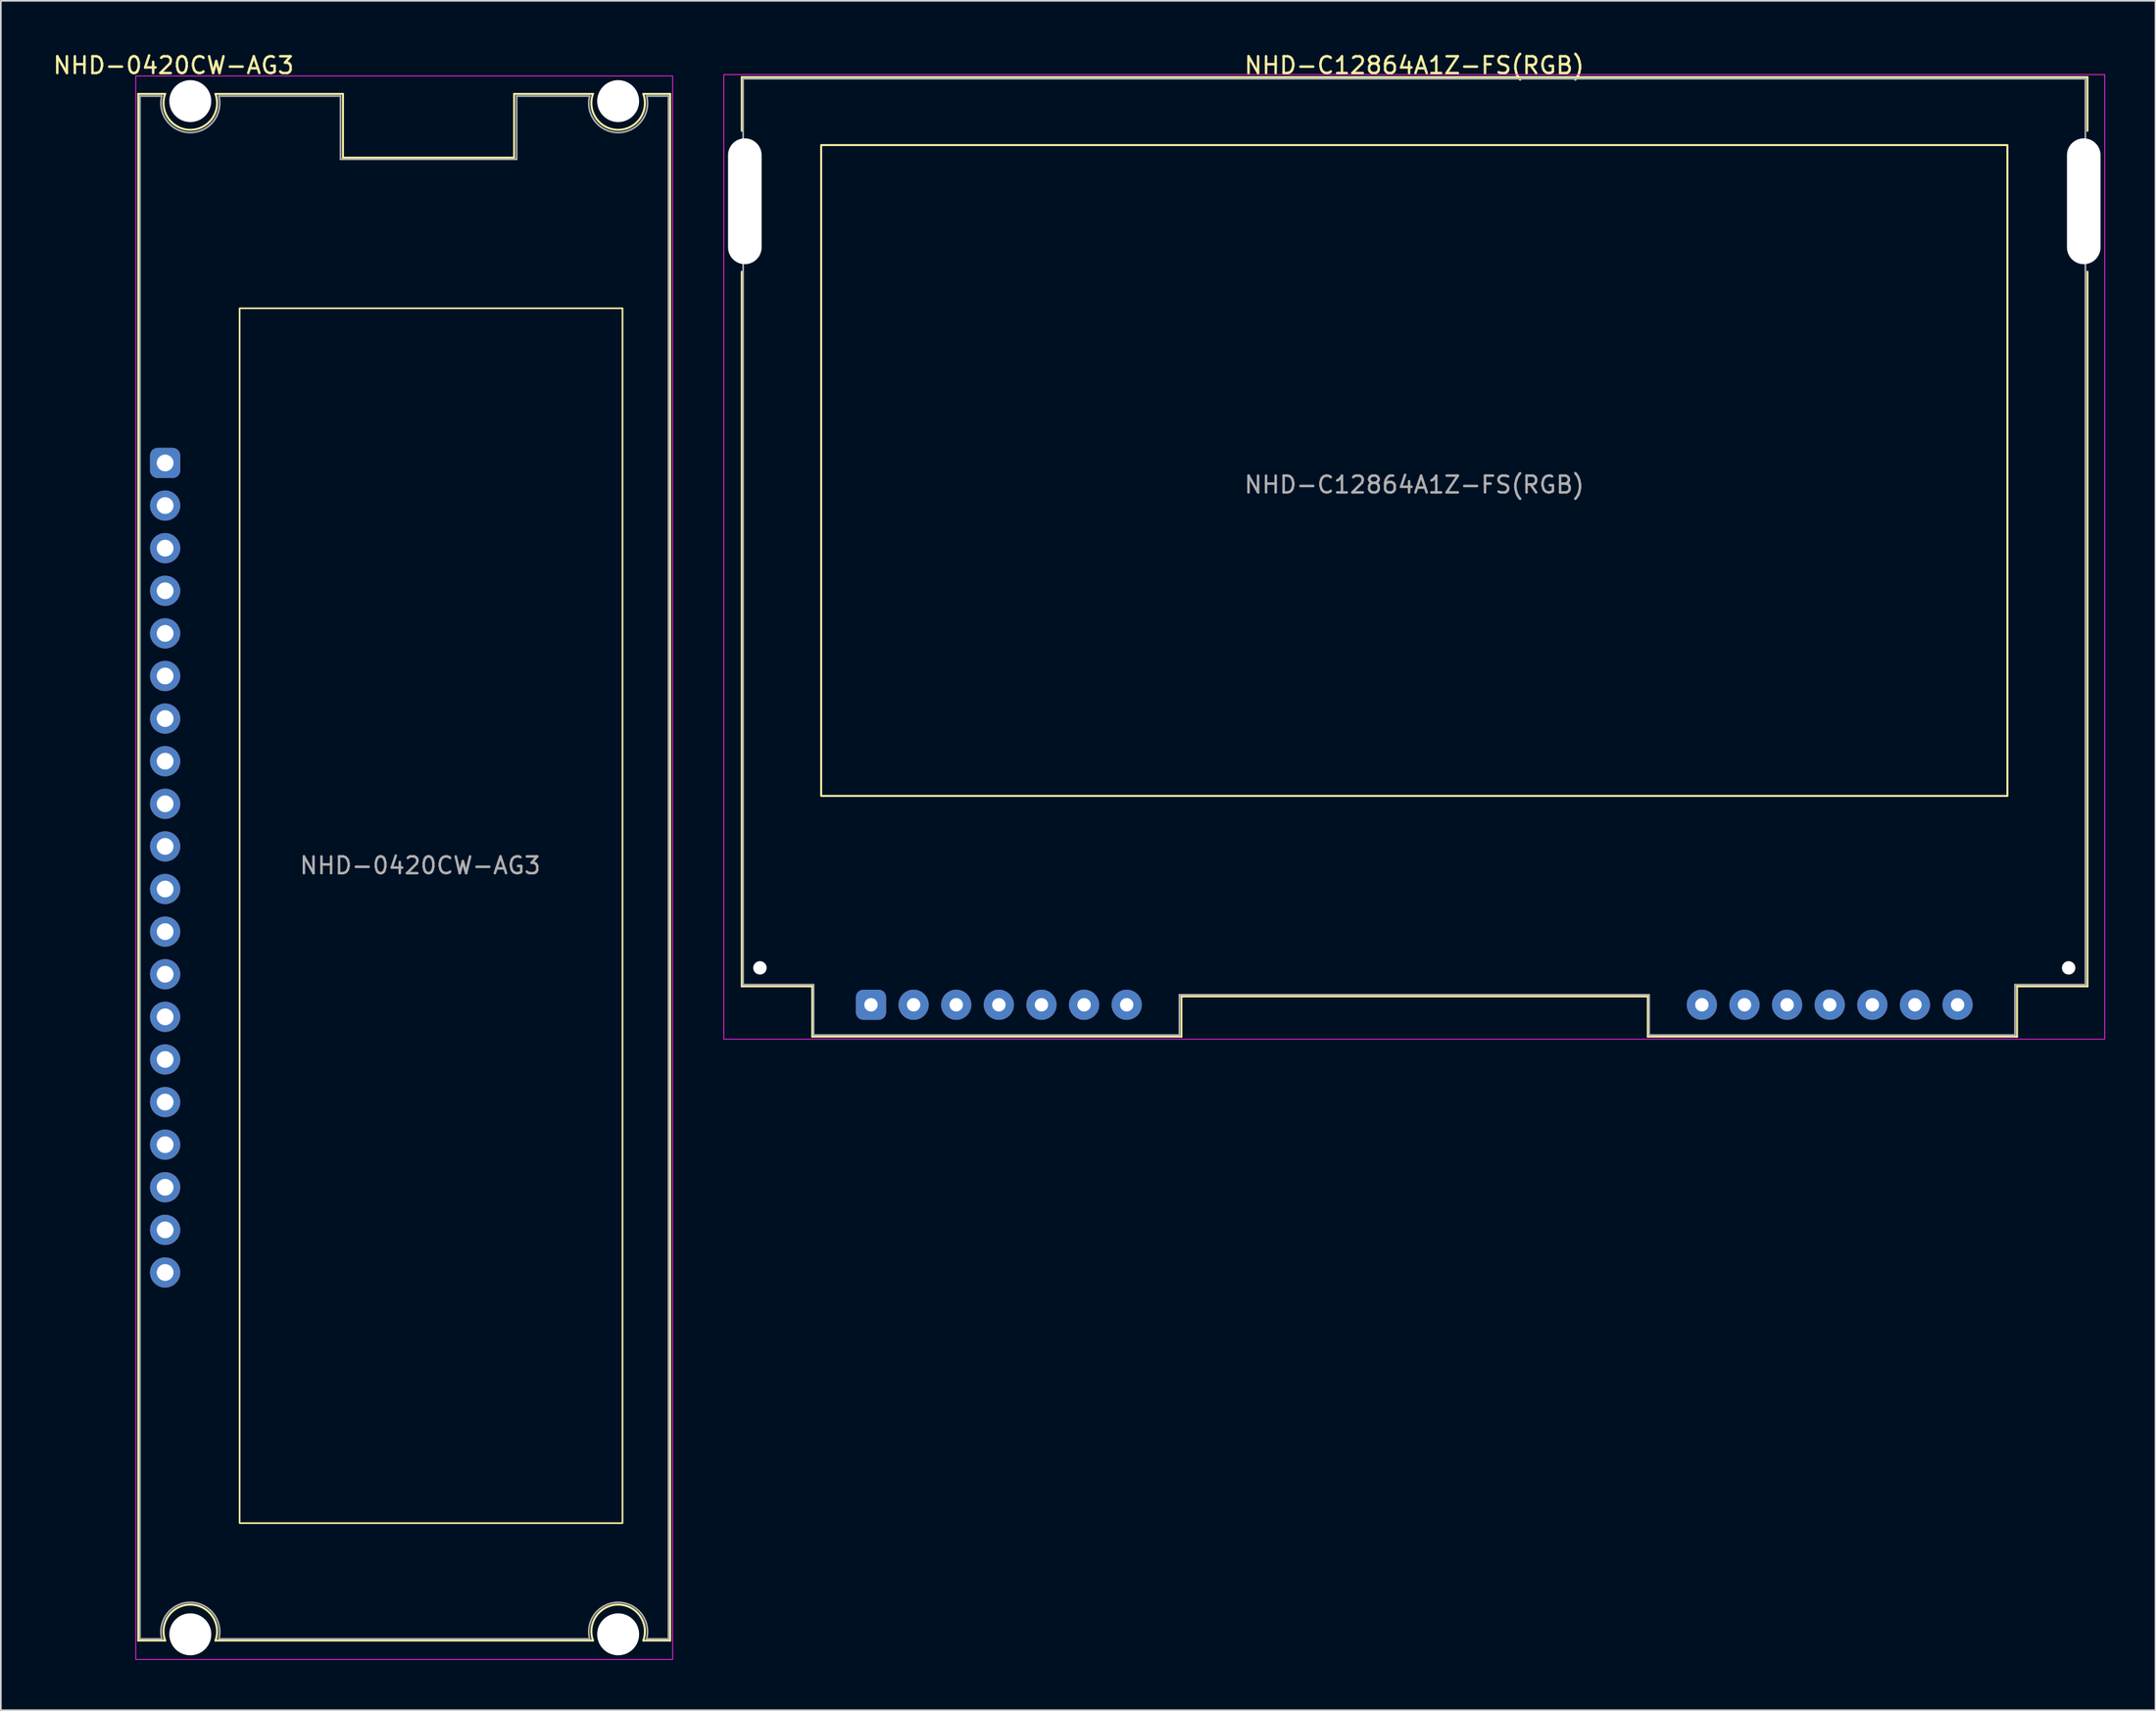
<source format=kicad_pcb>
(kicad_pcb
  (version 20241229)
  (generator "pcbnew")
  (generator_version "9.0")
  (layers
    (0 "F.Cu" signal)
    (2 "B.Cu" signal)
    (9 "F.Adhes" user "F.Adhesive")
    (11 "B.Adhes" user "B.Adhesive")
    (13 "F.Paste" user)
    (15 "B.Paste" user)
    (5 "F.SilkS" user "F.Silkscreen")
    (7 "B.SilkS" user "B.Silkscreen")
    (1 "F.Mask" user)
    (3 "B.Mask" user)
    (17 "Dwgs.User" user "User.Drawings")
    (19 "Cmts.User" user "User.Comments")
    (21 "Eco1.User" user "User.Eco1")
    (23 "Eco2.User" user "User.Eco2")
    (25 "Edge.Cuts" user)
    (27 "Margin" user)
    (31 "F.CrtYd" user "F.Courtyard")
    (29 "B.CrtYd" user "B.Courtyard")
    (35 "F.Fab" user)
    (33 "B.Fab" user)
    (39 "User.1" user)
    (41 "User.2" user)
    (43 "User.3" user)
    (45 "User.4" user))
  (footprint "NHD-C12864A1Z-FS(RGB)"
    (layer "F.Cu")
    (at 48.862 56.848)
    (property "Reference" "NHD-C12864A1Z-FS(RGB)" (at 32.38 -56 0) (unlocked yes) (layer "F.SilkS") (effects (font (size 1 1) (thickness 0.15))))
    (attr through_hole)
    (fp_line (start -7.7 -55.3) (end -7.7 -52.1) (stroke (width 0.12) (type default)) (layer "F.SilkS"))
    (fp_line (start -7.7 -43.7) (end -7.7 -1.1) (stroke (width 0.12) (type default)) (layer "F.SilkS"))
    (fp_line (start -7.7 -1.1) (end -3.5 -1.1) (stroke (width 0.12) (type default)) (layer "F.SilkS"))
    (fp_line (start -3.5 -1.1) (end -3.5 1.9) (stroke (width 0.12) (type default)) (layer "F.SilkS"))
    (fp_line (start -3.5 1.9) (end 18.5 1.9) (stroke (width 0.12) (type default)) (layer "F.SilkS"))
    (fp_line (start 18.5 -0.5) (end 46.3 -0.5) (stroke (width 0.12) (type default)) (layer "F.SilkS"))
    (fp_line (start 18.5 1.9) (end 18.5 -0.5) (stroke (width 0.12) (type default)) (layer "F.SilkS"))
    (fp_line (start 46.3 -0.5) (end 46.3 1.9) (stroke (width 0.12) (type default)) (layer "F.SilkS"))
    (fp_line (start 46.3 1.9) (end 68.3 1.9) (stroke (width 0.12) (type default)) (layer "F.SilkS"))
    (fp_line (start 68.3 -1.1) (end 72.5 -1.1) (stroke (width 0.12) (type default)) (layer "F.SilkS"))
    (fp_line (start 68.3 1.9) (end 68.3 -1.1) (stroke (width 0.12) (type default)) (layer "F.SilkS"))
    (fp_line (start 72.5 -55.3) (end -7.7 -55.3) (stroke (width 0.12) (type default)) (layer "F.SilkS"))
    (fp_line (start 72.5 -52.1) (end 72.5 -55.3) (stroke (width 0.12) (type default)) (layer "F.SilkS"))
    (fp_line (start 72.5 -1.1) (end 72.5 -43.7) (stroke (width 0.12) (type default)) (layer "F.SilkS"))
    (fp_rect (start -2.97 -51.25) (end 67.73 -12.45) (stroke (width 0.12) (type default)) (fill no) (layer "F.SilkS"))
    (fp_rect (start -8.77 -55.45) (end 73.53 2.05) (stroke (width 0.05) (type default)) (fill no) (layer "F.CrtYd"))
    (fp_line (start -7.62 -55.2) (end 72.38 -55.2) (stroke (width 0.1) (type default)) (layer "F.Fab"))
    (fp_line (start -7.62 -1.2) (end -7.62 -55.2) (stroke (width 0.1) (type default)) (layer "F.Fab"))
    (fp_line (start -7.62 -1.2) (end -3.42 -1.2) (stroke (width 0.1) (type default)) (layer "F.Fab"))
    (fp_line (start -3.42 -1.2) (end -3.42 1.8) (stroke (width 0.1) (type default)) (layer "F.Fab"))
    (fp_line (start -3.42 1.8) (end 18.38 1.8) (stroke (width 0.1) (type default)) (layer "F.Fab"))
    (fp_line (start 18.38 -0.6) (end 46.38 -0.6) (stroke (width 0.1) (type default)) (layer "F.Fab"))
    (fp_line (start 18.38 1.8) (end 18.38 -0.6) (stroke (width 0.1) (type default)) (layer "F.Fab"))
    (fp_line (start 46.38 -0.6) (end 46.38 1.8) (stroke (width 0.1) (type default)) (layer "F.Fab"))
    (fp_line (start 46.38 1.8) (end 68.18 1.8) (stroke (width 0.1) (type default)) (layer "F.Fab"))
    (fp_line (start 68.18 -1.2) (end 72.38 -1.2) (stroke (width 0.1) (type default)) (layer "F.Fab"))
    (fp_line (start 68.18 1.8) (end 68.18 -1.2) (stroke (width 0.1) (type default)) (layer "F.Fab"))
    (fp_line (start 72.38 -1.2) (end 72.38 -55.2) (stroke (width 0.1) (type default)) (layer "F.Fab"))
    (fp_text user "${REFERENCE}" (at 32.38 -31 0) (unlocked yes) (layer "F.Fab") (effects (font (size 1 1) (thickness 0.15))))
    (pad "" np_thru_hole oval (at -7.52 -47.9) (size 2 7.5) (drill oval 2 7.5) (layers "*.Cu" "*.Mask"))
    (pad "" np_thru_hole circle (at -6.62 -2.2) (size 0.8 0.8) (drill 0.8) (layers "*.Cu" "*.Mask"))
    (pad "" np_thru_hole circle (at 71.38 -2.2) (size 0.8 0.8) (drill 0.8) (layers "*.Cu" "*.Mask"))
    (pad "" np_thru_hole oval (at 72.28 -47.9) (size 2 7.5) (drill oval 2 7.5) (layers "*.Cu" "*.Mask"))
    (pad "1" thru_hole roundrect (at 0 0) (size 1.8 1.8) (drill 0.8) (layers "*.Cu" "*.Mask") (roundrect_rratio 0.25))
    (pad "2" thru_hole circle (at 2.54 0) (size 1.8 1.8) (drill 0.8) (layers "*.Cu" "*.Mask"))
    (pad "3" thru_hole circle (at 5.08 0) (size 1.8 1.8) (drill 0.8) (layers "*.Cu" "*.Mask"))
    (pad "4" thru_hole circle (at 7.62 0) (size 1.8 1.8) (drill 0.8) (layers "*.Cu" "*.Mask"))
    (pad "5" thru_hole circle (at 10.16 0) (size 1.8 1.8) (drill 0.8) (layers "*.Cu" "*.Mask"))
    (pad "6" thru_hole circle (at 12.7 0) (size 1.8 1.8) (drill 0.8) (layers "*.Cu" "*.Mask"))
    (pad "7" thru_hole circle (at 15.24 0) (size 1.8 1.8) (drill 0.8) (layers "*.Cu" "*.Mask"))
    (pad "8" thru_hole circle (at 49.52 0) (size 1.8 1.8) (drill 0.8) (layers "*.Cu" "*.Mask"))
    (pad "9" thru_hole circle (at 52.06 0) (size 1.8 1.8) (drill 0.8) (layers "*.Cu" "*.Mask"))
    (pad "10" thru_hole circle (at 54.6 0) (size 1.8 1.8) (drill 0.8) (layers "*.Cu" "*.Mask"))
    (pad "11" thru_hole circle (at 57.14 0) (size 1.8 1.8) (drill 0.8) (layers "*.Cu" "*.Mask"))
    (pad "12" thru_hole circle (at 59.68 0) (size 1.8 1.8) (drill 0.8) (layers "*.Cu" "*.Mask"))
    (pad "13" thru_hole circle (at 62.22 0) (size 1.8 1.8) (drill 0.8) (layers "*.Cu" "*.Mask"))
    (pad "14" thru_hole circle (at 64.76 0) (size 1.8 1.8) (drill 0.8) (layers "*.Cu" "*.Mask")))
  (footprint "NHD-0420CW-AG3"
    (layer "F.Cu")
    (at 6.792 24.548)
    (property "Reference" "NHD-0420CW-AG3" (at 0.5 -23.7 0) (unlocked yes) (layer "F.SilkS") (effects (font (size 1 1) (thickness 0.15))))
    (attr through_hole)
    (fp_line (start -1.6 -22) (end 0 -22) (stroke (width 0.12) (type default)) (layer "F.SilkS"))
    (fp_line (start -1.6 70.2) (end -1.6 -22) (stroke (width 0.12) (type default)) (layer "F.SilkS"))
    (fp_line (start 0 70.2) (end -1.6 70.2) (stroke (width 0.12) (type default)) (layer "F.SilkS"))
    (fp_line (start 10.6 -22) (end 3 -22) (stroke (width 0.12) (type default)) (layer "F.SilkS"))
    (fp_line (start 10.6 -18.2) (end 10.6 -22) (stroke (width 0.12) (type default)) (layer "F.SilkS"))
    (fp_line (start 20.8 -22) (end 20.8 -18.2) (stroke (width 0.12) (type default)) (layer "F.SilkS"))
    (fp_line (start 20.8 -18.2) (end 10.6 -18.2) (stroke (width 0.12) (type default)) (layer "F.SilkS"))
    (fp_line (start 25.5 -22) (end 20.8 -22) (stroke (width 0.12) (type default)) (layer "F.SilkS"))
    (fp_line (start 25.5 70.2) (end 3 70.2) (stroke (width 0.12) (type default)) (layer "F.SilkS"))
    (fp_line (start 28.5 -22) (end 30.1 -22) (stroke (width 0.12) (type default)) (layer "F.SilkS"))
    (fp_line (start 30.1 -22) (end 30.1 70.2) (stroke (width 0.12) (type default)) (layer "F.SilkS"))
    (fp_line (start 30.1 70.2) (end 28.5 70.2) (stroke (width 0.12) (type default)) (layer "F.SilkS"))
    (fp_rect (start 27.26 -9.22) (end 4.44 63.2) (stroke (width 0.1) (type default)) (fill no) (layer "F.SilkS"))
    (fp_arc (start 0 70.2) (mid 1.5 68.057778) (end 3 70.2) (stroke (width 0.12) (type default)) (layer "F.SilkS"))
    (fp_arc (start 3 -22) (mid 1.5 -19.857778) (end 0 -22) (stroke (width 0.12) (type default)) (layer "F.SilkS"))
    (fp_arc (start 25.5 70.2) (mid 27 68.057778) (end 28.5 70.2) (stroke (width 0.12) (type default)) (layer "F.SilkS"))
    (fp_arc (start 28.5 -22) (mid 27 -19.857778) (end 25.5 -22) (stroke (width 0.12) (type default)) (layer "F.SilkS"))
    (fp_rect (start -1.75 -23.07) (end 30.25 71.33) (stroke (width 0.05) (type default)) (fill no) (layer "F.CrtYd"))
    (fp_line (start -1.5 -21.87) (end -1.5 70.1) (stroke (width 0.1) (type default)) (layer "F.Fab"))
    (fp_line (start -0.2 -21.87) (end -1.5 -21.87) (stroke (width 0.1) (type default)) (layer "F.Fab"))
    (fp_line (start -0.2 70.1) (end -1.5 70.1) (stroke (width 0.1) (type default)) (layer "F.Fab"))
    (fp_line (start 3.2 70.1) (end 25.3 70.1) (stroke (width 0.1) (type default)) (layer "F.Fab"))
    (fp_line (start 10.45 -21.87) (end 3.2 -21.87) (stroke (width 0.1) (type default)) (layer "F.Fab"))
    (fp_line (start 10.45 -21.87) (end 10.45 -18.1) (stroke (width 0.1) (type default)) (layer "F.Fab"))
    (fp_line (start 10.45 -18.1) (end 20.95 -18.1) (stroke (width 0.1) (type default)) (layer "F.Fab"))
    (fp_line (start 20.95 -21.87) (end 20.95 -18.1) (stroke (width 0.1) (type default)) (layer "F.Fab"))
    (fp_line (start 20.95 -21.87) (end 25.3 -21.87) (stroke (width 0.1) (type default)) (layer "F.Fab"))
    (fp_line (start 28.7 -21.87) (end 30 -21.87) (stroke (width 0.1) (type default)) (layer "F.Fab"))
    (fp_line (start 28.7 70.1) (end 30 70.1) (stroke (width 0.1) (type default)) (layer "F.Fab"))
    (fp_line (start 30 -21.87) (end 30 70.1) (stroke (width 0.1) (type default)) (layer "F.Fab"))
    (fp_arc (start -0.2 70.1) (mid 1.5 67.924101) (end 3.2 70.1) (stroke (width 0.1) (type default)) (layer "F.Fab"))
    (fp_arc (start 3.2 -21.87) (mid 1.5 -19.6941) (end -0.2 -21.87) (stroke (width 0.1) (type default)) (layer "F.Fab"))
    (fp_arc (start 25.3 70.1) (mid 27 67.924101) (end 28.7 70.1) (stroke (width 0.1) (type default)) (layer "F.Fab"))
    (fp_arc (start 28.7 -21.87) (mid 27 -19.694101) (end 25.3 -21.87) (stroke (width 0.1) (type default)) (layer "F.Fab"))
    (fp_text user "${REFERENCE}" (at 15.2 24 0) (unlocked yes) (layer "F.Fab") (effects (font (size 1 1) (thickness 0.15))))
    (pad "" np_thru_hole circle (at 1.5 -21.57) (size 2.5 2.5) (drill 2.5) (layers "*.Cu" "*.Mask"))
    (pad "" np_thru_hole circle (at 1.5 69.83) (size 2.5 2.5) (drill 2.5) (layers "*.Cu" "*.Mask"))
    (pad "" np_thru_hole circle (at 27 -21.57) (size 2.5 2.5) (drill 2.5) (layers "*.Cu" "*.Mask"))
    (pad "" np_thru_hole circle (at 27 69.83) (size 2.5 2.5) (drill 2.5) (layers "*.Cu" "*.Mask"))
    (pad "1" thru_hole roundrect (at 0 0) (size 1.8 1.8) (drill 1) (layers "*.Cu" "*.Mask") (roundrect_rratio 0.25))
    (pad "2" thru_hole circle (at 0 2.54) (size 1.8 1.8) (drill 1) (layers "*.Cu" "*.Mask"))
    (pad "3" thru_hole circle (at 0 5.08) (size 1.8 1.8) (drill 1) (layers "*.Cu" "*.Mask"))
    (pad "4" thru_hole circle (at 0 7.62) (size 1.8 1.8) (drill 1) (layers "*.Cu" "*.Mask"))
    (pad "5" thru_hole circle (at 0 10.16) (size 1.8 1.8) (drill 1) (layers "*.Cu" "*.Mask"))
    (pad "6" thru_hole circle (at 0 12.7) (size 1.8 1.8) (drill 1) (layers "*.Cu" "*.Mask"))
    (pad "7" thru_hole circle (at 0 15.24) (size 1.8 1.8) (drill 1) (layers "*.Cu" "*.Mask"))
    (pad "8" thru_hole circle (at 0 17.78) (size 1.8 1.8) (drill 1) (layers "*.Cu" "*.Mask"))
    (pad "9" thru_hole circle (at 0 20.32) (size 1.8 1.8) (drill 1) (layers "*.Cu" "*.Mask"))
    (pad "10" thru_hole circle (at 0 22.86) (size 1.8 1.8) (drill 1) (layers "*.Cu" "*.Mask"))
    (pad "11" thru_hole circle (at 0 25.4) (size 1.8 1.8) (drill 1) (layers "*.Cu" "*.Mask"))
    (pad "12" thru_hole circle (at 0 27.94) (size 1.8 1.8) (drill 1) (layers "*.Cu" "*.Mask"))
    (pad "13" thru_hole circle (at 0 30.48) (size 1.8 1.8) (drill 1) (layers "*.Cu" "*.Mask"))
    (pad "14" thru_hole circle (at 0 33.02) (size 1.8 1.8) (drill 1) (layers "*.Cu" "*.Mask"))
    (pad "15" thru_hole circle (at 0 35.56) (size 1.8 1.8) (drill 1) (layers "*.Cu" "*.Mask"))
    (pad "16" thru_hole circle (at 0 38.1) (size 1.8 1.8) (drill 1) (layers "*.Cu" "*.Mask"))
    (pad "17" thru_hole circle (at 0 40.64) (size 1.8 1.8) (drill 1) (layers "*.Cu" "*.Mask"))
    (pad "18" thru_hole circle (at 0 43.18) (size 1.8 1.8) (drill 1) (layers "*.Cu" "*.Mask"))
    (pad "19" thru_hole circle (at 0 45.72) (size 1.8 1.8) (drill 1) (layers "*.Cu" "*.Mask"))
    (pad "20" thru_hole circle (at 0 48.26) (size 1.8 1.8) (drill 1) (layers "*.Cu" "*.Mask")))
  (gr_rect
    (start -3 -3)
    (end 125.417 98.903)
    (stroke (width 0.1) (type default))
    (fill no)
    (layer "Edge.Cuts")))
</source>
